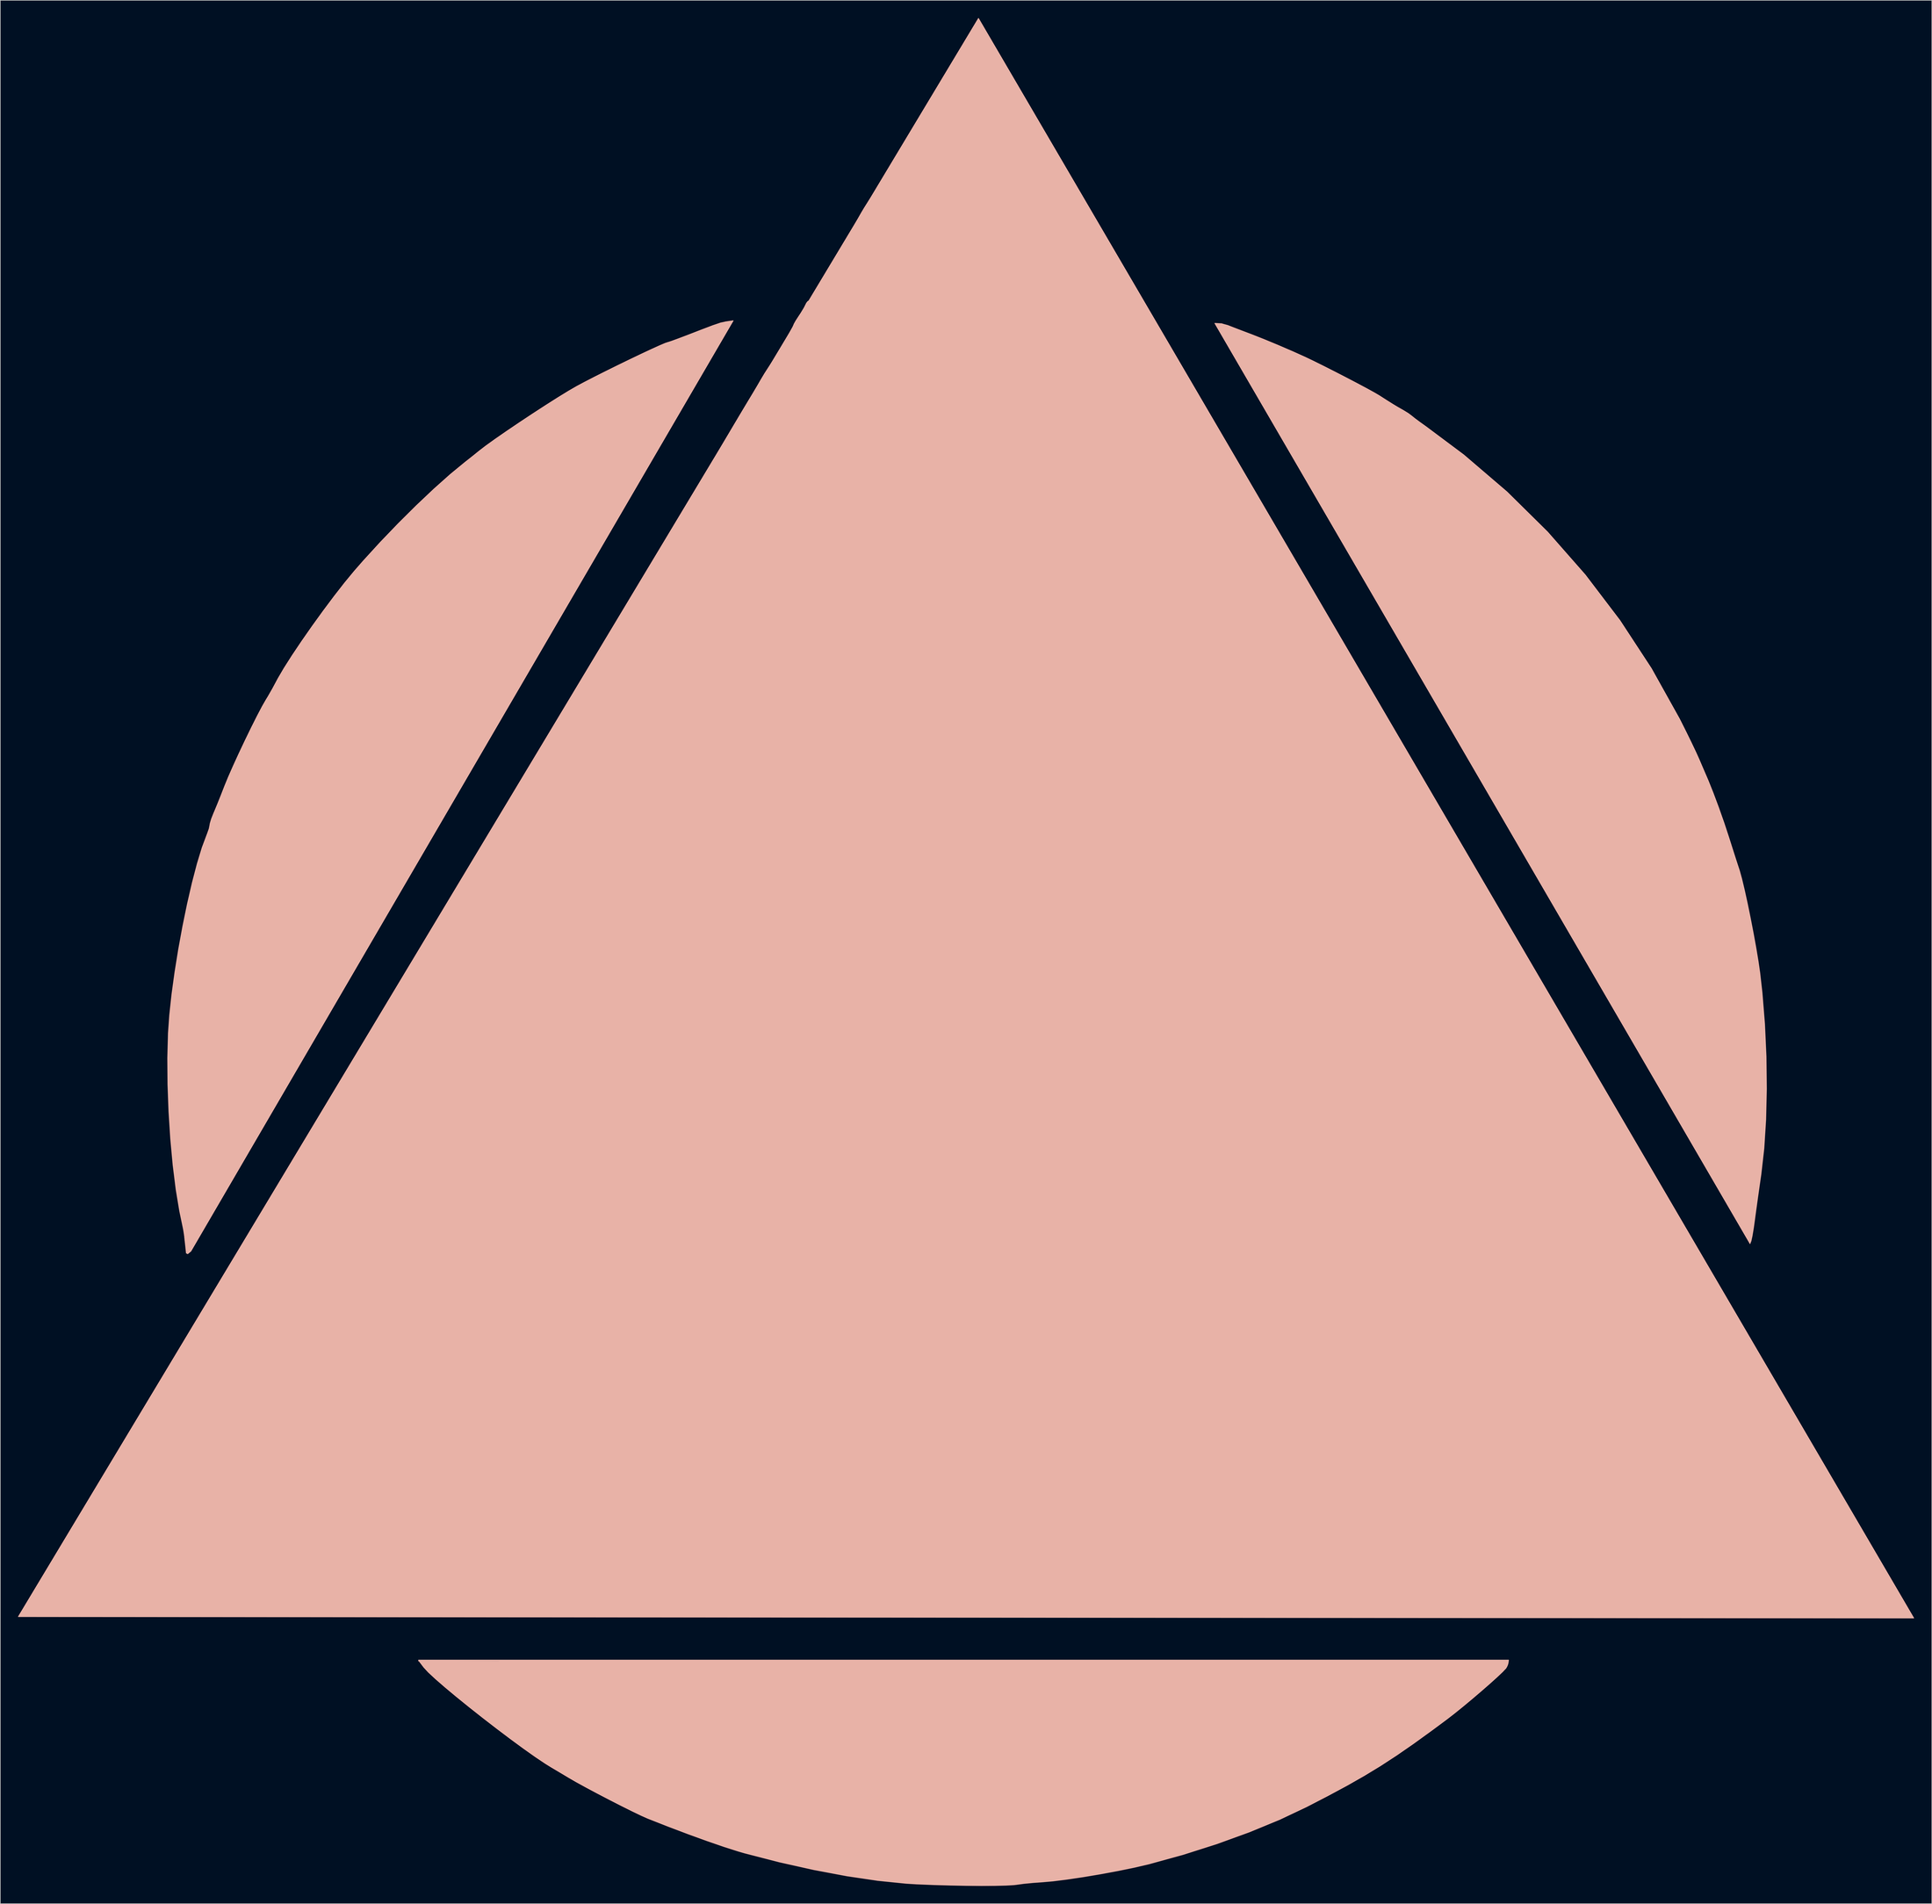
<source format=kicad_pcb>
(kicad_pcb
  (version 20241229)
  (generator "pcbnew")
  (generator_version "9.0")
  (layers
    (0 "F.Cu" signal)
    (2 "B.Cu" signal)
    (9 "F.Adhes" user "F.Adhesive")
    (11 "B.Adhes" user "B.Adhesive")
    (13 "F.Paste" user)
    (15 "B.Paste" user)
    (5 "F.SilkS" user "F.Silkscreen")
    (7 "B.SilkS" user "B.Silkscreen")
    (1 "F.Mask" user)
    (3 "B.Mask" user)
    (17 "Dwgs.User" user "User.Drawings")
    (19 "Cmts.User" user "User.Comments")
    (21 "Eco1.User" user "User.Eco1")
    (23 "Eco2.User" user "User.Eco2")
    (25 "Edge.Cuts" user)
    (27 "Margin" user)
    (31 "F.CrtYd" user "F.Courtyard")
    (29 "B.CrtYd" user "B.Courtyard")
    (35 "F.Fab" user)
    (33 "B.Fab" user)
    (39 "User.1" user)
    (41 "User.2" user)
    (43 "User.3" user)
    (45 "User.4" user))
  (footprint "Eye 1"
    (layer "F.Cu")
    (at 160.46 163.46)
    (property "Reference" "Eye 1" (at 0 0 0) (layer "B.SilkS") (effects (font (size 1.524 1.524) (thickness 0.3)) (justify mirror)))
    (attr board_only exclude_from_pos_files exclude_from_bom)
    (fp_rect (start 91.27 114.45) (end -79.06 115.58) (stroke (width 0.12) (type solid)) (fill yes) (layer "B.SilkS"))
    (fp_rect (start 91.36 114.9) (end 91.28 115.4) (stroke (width 0.12) (type solid)) (fill no) (layer "B.SilkS"))
    (fp_rect (start 91.47 115.03) (end 91.38 115.21) (stroke (width 0.12) (type solid)) (fill no) (layer "B.SilkS"))
    (fp_rect (start 91.55 114.71) (end 91.38 114.76) (stroke (width 0.12) (type solid)) (fill no) (layer "B.SilkS"))
    (fp_rect (start 91.55 114.88) (end 91.41 114.98) (stroke (width 0.12) (type solid)) (fill no) (layer "B.SilkS"))
    (fp_rect (start 91.59 114.68) (end 91.3 114.85) (stroke (width 0.12) (type solid)) (fill no) (layer "B.SilkS"))
    (fp_rect (start 91.63 114.5) (end 91.23 114.65) (stroke (width 0.12) (type solid)) (fill yes) (layer "B.SilkS"))
    (fp_rect (start 91.66 114.3) (end -92.698 114.455) (stroke (width 0.12) (type solid)) (fill yes) (layer "B.SilkS"))
    (fp_arc (start 91.658876 114.3) (mid 91.536018 115.058769) (end 91.18 115.74) (stroke (width 0.12) (type solid)) (layer "B.SilkS"))
    (fp_poly (pts (xy 2.01 -163.4) (xy -160.4 106.95) (xy 160.22 107.19)) (stroke (width 0.12) (type solid)) (fill yes) (layer "B.SilkS"))
    (fp_poly (pts (xy -86.078 -35.101) (xy -85.901 -34.925) (xy -85.725 -35.101) (xy -85.901 -35.278)) (stroke (width 0) (type solid)) (fill yes) (layer "B.SilkS"))
    (fp_poly (pts (xy -67.733 53.799) (xy -67.557 53.975) (xy -67.381 53.799) (xy -67.557 53.622)) (stroke (width 0) (type solid)) (fill yes) (layer "B.SilkS"))
    (fp_poly (pts (xy 132.83 42.64) (xy 132.53 43.86) (xy 42 -111.82) (xy 43.2 -111.75)) (stroke (width 0.12) (type solid)) (fill yes) (layer "B.SilkS"))
    (fp_poly (pts (xy -40.76 -112.07) (xy -39.49 -112.26) (xy -131.22 45.13) (xy -131.76 45.57) (xy -131.99 45.45) (xy -132.43 41.29) (xy -43.31 -111.22)) (stroke (width 0.12) (type solid)) (fill yes) (layer "B.SilkS"))
    (fp_poly (pts (xy -68.318 52.427) (xy -68.263 52.564) (xy -67.945 52.9) (xy -67.889 52.917) (xy -67.737 52.644) (xy -67.733 52.564) (xy -68.005 52.225) (xy -68.107 52.211)) (stroke (width 0) (type solid)) (fill yes) (layer "B.SilkS"))
    (fp_poly (pts (xy 135.421 68.063) (xy 134.992 68.681) (xy 134.47 69.835) (xy 134.421 69.962) (xy 132.187 75.291) (xy 129.503 80.887) (xy 126.466 86.577) (xy 123.176 92.185) (xy 119.73 97.538) (xy 116.228 102.46) (xy 115.54 103.364) (xy 114.803 104.338) (xy 114.216 105.147) (xy 113.99 105.481) (xy 113.984 105.591) (xy 114.143 105.685) (xy 114.518 105.764) (xy 115.16 105.83) (xy 116.117 105.883) (xy 117.439 105.924) (xy 119.178 105.956) (xy 121.381 105.98) (xy 124.099 105.996) (xy 127.383 106.006) (xy 131.281 106.011) (xy 134.972 106.012) (xy 138.852 106.008) (xy 142.49 105.994) (xy 145.828 105.971) (xy 148.807 105.941) (xy 151.368 105.904) (xy 153.455 105.861) (xy 155.008 105.813) (xy 155.969 105.761) (xy 156.281 105.707) (xy 156.115 105.207) (xy 155.688 104.304) (xy 155.106 103.199) (xy 154.478 102.092) (xy 153.909 101.182) (xy 153.734 100.935) (xy 153.276 100.162) (xy 153.106 99.589) (xy 152.906 98.996) (xy 152.413 98.164) (xy 152.266 97.96) (xy 151.765 97.215) (xy 151.022 96.018) (xy 150.138 94.536) (xy 149.228 92.957) (xy 148.314 91.346) (xy 147.459 89.841) (xy 146.761 88.614) (xy 146.32 87.842) (xy 143.989 83.77) (xy 141.996 80.27) (xy 140.321 77.307) (xy 138.944 74.843) (xy 137.846 72.842) (xy 137.006 71.27) (xy 136.405 70.088) (xy 136.024 69.262) (xy 135.842 68.754) (xy 135.819 68.607) (xy 135.712 68.023)) (stroke (width 0) (type solid)) (fill yes) (layer "B.SilkS"))
    (fp_poly (pts (xy -47.844 -14.05) (xy -49.541 -13.305) (xy -49.752 -13.205) (xy -52.437 -11.798) (xy -54.967 -10.196) (xy -57.404 -8.337) (xy -59.812 -6.157) (xy -62.255 -3.594) (xy -64.797 -0.586) (xy -67.501 2.932) (xy -70.432 7.021) (xy -70.732 7.453) (xy -71.775 8.914) (xy -72.9 10.425) (xy -73.884 11.687) (xy -73.995 11.824) (xy -74.907 12.976) (xy -75.363 13.682) (xy -75.386 14.015) (xy -74.999 14.05) (xy -74.653 13.976) (xy -73.768 14.004) (xy -73.398 14.263) (xy -72.805 14.633) (xy -71.833 14.944) (xy -71.505 15.008) (xy -70.372 15.26) (xy -68.926 15.664) (xy -67.733 16.049) (xy -66.137 16.527) (xy -64.279 16.975) (xy -62.794 17.258) (xy -61.341 17.515) (xy -60.025 17.795) (xy -59.121 18.041) (xy -59.09 18.052) (xy -57.941 18.368) (xy -56.974 18.529) (xy -56.182 18.622) (xy -54.897 18.795) (xy -53.321 19.019) (xy -52.211 19.184) (xy -51.009 19.342) (xy -49.312 19.534) (xy -47.257 19.748) (xy -44.978 19.971) (xy -42.612 20.191) (xy -40.295 20.396) (xy -38.161 20.573) (xy -36.346 20.71) (xy -34.987 20.795) (xy -34.308 20.816) (xy -33.898 20.591) (xy -33.867 20.461) (xy -34.15 20.142) (xy -34.36 20.108) (xy -35.117 19.907) (xy -36.264 19.367) (xy -37.634 18.585) (xy -39.063 17.659) (xy -40.383 16.685) (xy -40.804 16.339) (xy -42.95 14.161) (xy -44.967 11.462) (xy -46.744 8.427) (xy -48.169 5.241) (xy -48.902 2.999) (xy -49.156 1.679) (xy -49.348 -0.066) (xy -49.468 -2.018) (xy -49.509 -3.958) (xy -49.463 -5.668) (xy -49.319 -6.929) (xy -49.292 -7.056) (xy -48.947 -8.278) (xy -48.495 -9.627) (xy -48.054 -10.755) (xy -47.93 -11.02) (xy -47.67 -11.72) (xy -47.625 -12.004) (xy -47.404 -12.511) (xy -46.919 -13.134) (xy -46.272 -13.948) (xy -46.21 -14.371) (xy -46.734 -14.405)) (stroke (width 0) (type solid)) (fill yes) (layer "B.SilkS"))
    (fp_poly (pts (xy 1.667 -161.978) (xy 1.072 -161.202) (xy 0.282 -160.061) (xy -0.625 -158.678) (xy -1.568 -157.174) (xy -2.467 -155.671) (xy -3.242 -154.293) (xy -3.306 -154.173) (xy -3.885 -153.154) (xy -4.644 -151.901) (xy -5.109 -151.165) (xy -5.568 -150.435) (xy -6.319 -149.22) (xy -7.288 -147.638) (xy -8.404 -145.809) (xy -9.594 -143.852) (xy -10.785 -141.885) (xy -11.907 -140.028) (xy -12.885 -138.401) (xy -13.649 -137.121) (xy -13.946 -136.617) (xy -14.321 -136.018) (xy -14.955 -135.046) (xy -15.71 -133.913) (xy -16.543 -132.644) (xy -17.325 -131.405) (xy -17.829 -130.562) (xy -18.472 -129.426) (xy -19.194 -128.147) (xy -19.391 -127.798) (xy -19.914 -126.702) (xy -19.954 -126.11) (xy -19.506 -126.008) (xy -18.859 -126.237) (xy -17.784 -126.558) (xy -16.976 -126.647) (xy -16.189 -126.711) (xy -15.795 -126.845) (xy -15.328 -126.971) (xy -14.253 -127.088) (xy -12.667 -127.194) (xy -10.667 -127.286) (xy -8.351 -127.365) (xy -5.815 -127.427) (xy -3.157 -127.471) (xy -0.475 -127.495) (xy 2.135 -127.499) (xy 4.575 -127.479) (xy 6.748 -127.434) (xy 8.558 -127.363) (xy 9.598 -127.293) (xy 11.494 -127.136) (xy 13.405 -126.989) (xy 15.06 -126.873) (xy 15.875 -126.823) (xy 18.043 -126.656) (xy 19.893 -126.417) (xy 21.284 -126.128) (xy 21.939 -125.893) (xy 22.55 -125.786) (xy 22.747 -125.93) (xy 22.732 -126.486) (xy 22.361 -127.432) (xy 21.713 -128.601) (xy 21.002 -129.646) (xy 20.348 -130.625) (xy 19.406 -132.184) (xy 18.203 -134.274) (xy 16.769 -136.845) (xy 15.69 -138.818) (xy 14.826 -140.364) (xy 13.876 -141.999) (xy 13.083 -143.308) (xy 12.172 -144.764) (xy 11.157 -146.388) (xy 10.517 -147.411) (xy 9.681 -148.797) (xy 8.722 -150.457) (xy 7.843 -152.041) (xy 7.815 -152.093) (xy 6.927 -153.717) (xy 5.892 -155.574) (xy 4.92 -157.289) (xy 4.83 -157.444) (xy 4.059 -158.817) (xy 3.381 -160.081) (xy 2.91 -161.023) (xy 2.815 -161.236) (xy 2.405 -161.954) (xy 2.002 -162.266) (xy 1.986 -162.266)) (stroke (width 0) (type solid)) (fill yes) (layer "B.SilkS"))
    (fp_poly (pts (xy -134.807 68.909) (xy -134.882 69.036) (xy -135.261 69.642) (xy -135.437 69.85) (xy -135.828 70.344) (xy -136.451 71.37) (xy -137.336 72.978) (xy -137.549 73.378) (xy -138.22 74.549) (xy -138.882 75.559) (xy -139.272 76.05) (xy -139.848 76.818) (xy -140.484 77.893) (xy -140.712 78.343) (xy -141.327 79.539) (xy -141.971 80.66) (xy -142.163 80.963) (xy -142.708 81.827) (xy -143.088 82.509) (xy -143.107 82.55) (xy -143.418 83.129) (xy -143.991 84.117) (xy -144.712 85.323) (xy -145.471 86.559) (xy -145.959 87.333) (xy -146.389 88.042) (xy -146.983 89.064) (xy -147.291 89.606) (xy -147.969 90.78) (xy -148.636 91.89) (xy -148.862 92.251) (xy -149.315 92.974) (xy -149.764 93.729) (xy -150.299 94.676) (xy -151.011 95.974) (xy -151.67 97.19) (xy -152.417 98.546) (xy -153.177 99.887) (xy -153.663 100.718) (xy -154.645 102.467) (xy -155.33 103.935) (xy -155.629 104.867) (xy -155.623 105) (xy -155.514 105.113) (xy -155.247 105.21) (xy -154.77 105.291) (xy -154.029 105.359) (xy -152.969 105.417) (xy -151.539 105.466) (xy -149.684 105.508) (xy -147.351 105.547) (xy -144.486 105.583) (xy -141.036 105.619) (xy -136.947 105.658) (xy -135.819 105.668) (xy -132.093 105.705) (xy -128.547 105.745) (xy -125.249 105.787) (xy -122.268 105.831) (xy -119.673 105.875) (xy -117.533 105.919) (xy -115.914 105.96) (xy -114.888 105.998) (xy -114.565 106.021) (xy -113.719 106.061) (xy -113.266 105.943) (xy -113.242 105.888) (xy -113.44 105.484) (xy -113.971 104.669) (xy -114.733 103.594) (xy -115.062 103.15) (xy -115.982 101.902) (xy -116.998 100.492) (xy -118.029 99.037) (xy -118.991 97.658) (xy -119.803 96.471) (xy -120.381 95.596) (xy -120.643 95.151) (xy -120.65 95.125) (xy -120.83 94.792) (xy -121.31 94.011) (xy -122.004 92.925) (xy -122.353 92.388) (xy -124.065 89.616) (xy -125.936 86.316) (xy -127.895 82.626) (xy -129.872 78.687) (xy -131.793 74.636) (xy -133.589 70.613) (xy -133.887 69.918) (xy -134.297 69.035) (xy -134.57 68.728)) (stroke (width 0) (type solid)) (fill yes) (layer "B.SilkS"))
    (fp_poly (pts (xy -4.203 -15.717) (xy -4.189 -15.347) (xy -3.908 -14.517) (xy -3.418 -13.395) (xy -3.323 -13.196) (xy -2.257 -10.682) (xy -1.553 -8.189) (xy -1.162 -5.485) (xy -1.036 -2.384) (xy -1.078 -0.072) (xy -1.245 1.8) (xy -1.566 3.491) (xy -1.759 4.233) (xy -2.275 5.848) (xy -2.93 7.577) (xy -3.634 9.204) (xy -4.295 10.514) (xy -4.671 11.113) (xy -6.189 13.089) (xy -7.472 14.591) (xy -8.641 15.752) (xy -9.618 16.556) (xy -10.707 17.403) (xy -11.663 18.187) (xy -12.185 18.652) (xy -13.091 19.281) (xy -13.86 19.592) (xy -14.555 19.865) (xy -14.817 20.147) (xy -14.688 20.404) (xy -14.203 20.353) (xy -13.425 20.072) (xy -12.529 19.825) (xy -11.34 19.629) (xy -10.955 19.589) (xy -9.557 19.43) (xy -7.824 19.177) (xy -5.973 18.868) (xy -4.221 18.542) (xy -2.788 18.236) (xy -2.048 18.041) (xy -1.137 17.795) (xy 0.202 17.479) (xy 1.703 17.155) (xy 1.94 17.107) (xy 3.342 16.799) (xy 4.525 16.496) (xy 5.277 16.252) (xy 5.368 16.21) (xy 6.107 15.91) (xy 7.135 15.596) (xy 7.308 15.551) (xy 8.259 15.275) (xy 9.621 14.828) (xy 11.149 14.295) (xy 11.642 14.115) (xy 13.095 13.585) (xy 14.39 13.121) (xy 15.315 12.798) (xy 15.526 12.728) (xy 16.917 12.187) (xy 18.694 11.352) (xy 20.725 10.301) (xy 21.809 9.701) (xy -3.175 9.701) (xy -3.351 9.878) (xy -3.528 9.701) (xy -3.351 9.525) (xy -3.175 9.701) (xy 21.809 9.701) (xy 22.88 9.109) (xy 25.027 7.852) (xy 27.035 6.609) (xy 28.772 5.453) (xy 30.108 4.463) (xy 30.796 3.845) (xy 31.594 3.123) (xy 32.295 2.603) (xy 32.921 2.057) (xy 33.161 1.598) (xy 32.9 1.159) (xy 32.195 0.394) (xy 31.164 -0.598) (xy 29.924 -1.714) (xy 28.593 -2.855) (xy 27.289 -3.919) (xy 26.129 -4.806) (xy 25.231 -5.414) (xy 24.712 -5.644) (xy 24.708 -5.644) (xy 24.355 -5.912) (xy 24.342 -6.008) (xy 24.056 -6.424) (xy 23.724 -6.609) (xy 23.068 -6.944) (xy 22.127 -7.514) (xy 21.696 -7.798) (xy 19.76 -8.932) (xy 17.287 -10.121) (xy 14.435 -11.306) (xy 11.363 -12.429) (xy 8.231 -13.431) (xy 5.198 -14.254) (xy 2.469 -14.832) (xy -0.154 -15.275) (xy -2.109 -15.574) (xy -3.419 -15.729) (xy -4.105 -15.745)) (stroke (width 0) (type solid)) (fill yes) (layer "B.SilkS"))
    (fp_poly (pts (xy -91.847 115.571) (xy -91.116 116.365) (xy -89.897 117.5) (xy -88.277 118.908) (xy -86.343 120.522) (xy -84.181 122.272) (xy -81.878 124.091) (xy -79.521 125.911) (xy -77.197 127.664) (xy -74.993 129.282) (xy -72.995 130.697) (xy -71.29 131.84) (xy -70.379 132.406) (xy -69.143 133.14) (xy -68.087 133.769) (xy -67.404 134.178) (xy -67.321 134.228) (xy -66.085 134.943) (xy -64.429 135.853) (xy -62.501 136.881) (xy -60.45 137.951) (xy -58.422 138.986) (xy -56.565 139.911) (xy -55.026 140.65) (xy -53.953 141.126) (xy -53.93 141.135) (xy -50.479 142.491) (xy -47.104 143.768) (xy -43.93 144.919) (xy -41.083 145.9) (xy -38.686 146.668) (xy -37.571 146.992) (xy -31.656 148.518) (xy -25.847 149.816) (xy -20.263 150.865) (xy -15.021 151.643) (xy -10.241 152.129) (xy -8.467 152.238) (xy -5.69 152.353) (xy -2.863 152.436) (xy -0.1 152.489) (xy 2.483 152.509) (xy 4.774 152.497) (xy 6.657 152.452) (xy 8.017 152.373) (xy 8.532 152.31) (xy 9.674 152.155) (xy 11.188 152.006) (xy 12.7 151.898) (xy 14.608 151.732) (xy 17.028 151.428) (xy 19.788 151.016) (xy 22.714 150.525) (xy 25.632 149.983) (xy 28.371 149.422) (xy 30.755 148.868) (xy 30.868 148.84) (xy 36.644 147.247) (xy 42.365 145.423) (xy 47.868 143.425) (xy 52.989 141.313) (xy 57.503 139.179) (xy 61.196 137.268) (xy 64.419 135.534) (xy 67.32 133.882) (xy 70.053 132.22) (xy 72.765 130.452) (xy 75.61 128.486) (xy 78.736 126.226) (xy 81.222 124.382) (xy 82.486 123.406) (xy 83.949 122.226) (xy 85.509 120.928) (xy 87.066 119.602) (xy 88.518 118.333) (xy 89.765 117.211) (xy 90.705 116.322) (xy 91.237 115.755) (xy 91.312 115.639) (xy 90.999 115.576) (xy 90.056 115.518) (xy 88.558 115.467) (xy 86.581 115.425) (xy 84.199 115.394) (xy 81.49 115.374) (xy 78.526 115.368) (xy 77.906 115.369) (xy 75.901 115.369) (xy 73.331 115.365) (xy 70.24 115.357) (xy 66.671 115.345) (xy 62.669 115.33) (xy 58.277 115.311) (xy 53.539 115.29) (xy 48.499 115.266) (xy 43.201 115.24) (xy 37.688 115.212) (xy 32.005 115.181) (xy 26.195 115.149) (xy 20.302 115.116) (xy 14.37 115.082) (xy 8.443 115.047) (xy 2.564 115.011) (xy -3.223 114.975) (xy -8.873 114.94) (xy -14.343 114.904) (xy -19.589 114.869) (xy -24.568 114.834) (xy -29.235 114.801) (xy -33.547 114.769) (xy -37.459 114.738) (xy -40.929 114.71) (xy -43.911 114.683) (xy -46.363 114.659) (xy -48.241 114.637) (xy -49.5 114.618) (xy -50.094 114.603) (xy -50.685 114.622) (xy -51.762 114.699) (xy -53.112 114.818) (xy -53.358 114.842) (xy -54.943 114.952) (xy -55.849 114.905) (xy -56.092 114.741) (xy -56.42 114.538) (xy -57.334 114.488) (xy -57.944 114.523) (xy -58.985 114.573) (xy -60.54 114.607) (xy -62.417 114.622) (xy -64.425 114.615) (xy -64.911 114.61) (xy -66.591 114.593) (xy -68.835 114.574) (xy -71.502 114.555) (xy -74.448 114.537) (xy -77.534 114.52) (xy -80.616 114.505) (xy -81.362 114.502) (xy -92.698 114.455)) (stroke (width 0) (type solid)) (fill yes) (layer "B.SilkS"))
    (fp_poly (pts (xy -103.831 19.404) (xy -105.225 19.446) (xy -106.089 19.52) (xy -106.308 19.582) (xy -106.731 20.082) (xy -107.301 20.988) (xy -107.692 21.711) (xy -108.222 22.708) (xy -109.009 24.125) (xy -109.947 25.776) (xy -110.932 27.475) (xy -110.964 27.529) (xy -111.944 29.204) (xy -112.881 30.814) (xy -113.672 32.182) (xy -114.213 33.128) (xy -114.231 33.161) (xy -114.748 34.069) (xy -115.521 35.415) (xy -116.452 37.028) (xy -117.441 38.735) (xy -117.584 38.982) (xy -118.544 40.641) (xy -119.43 42.183) (xy -120.154 43.455) (xy -120.628 44.302) (xy -120.683 44.404) (xy -121.241 45.353) (xy -121.762 46.105) (xy -121.815 46.168) (xy -122.331 46.936) (xy -122.519 47.344) (xy -122.764 47.851) (xy -123.295 48.844) (xy -124.045 50.199) (xy -124.946 51.794) (xy -125.395 52.58) (xy -126.324 54.223) (xy -127.112 55.668) (xy -127.697 56.795) (xy -128.017 57.49) (xy -128.058 57.635) (xy -127.935 58.175) (xy -127.599 59.231) (xy -127.101 60.666) (xy -126.494 62.341) (xy -125.829 64.12) (xy -125.156 65.864) (xy -124.527 67.435) (xy -123.995 68.696) (xy -123.681 69.372) (xy -123.185 70.393) (xy -122.853 71.147) (xy -122.767 71.416) (xy -122.614 71.838) (xy -122.195 72.773) (xy -121.565 74.109) (xy -120.779 75.732) (xy -119.895 77.528) (xy -118.967 79.384) (xy -118.053 81.187) (xy -117.208 82.823) (xy -116.488 84.179) (xy -116.22 84.667) (xy -114.772 87.174) (xy -113.181 89.772) (xy -111.496 92.393) (xy -109.766 94.973) (xy -108.038 97.445) (xy -106.362 99.744) (xy -104.786 101.805) (xy -103.358 103.56) (xy -102.127 104.945) (xy -101.141 105.894) (xy -100.449 106.342) (xy -100.22 106.353) (xy -99.764 106.311) (xy -98.677 106.274) (xy -97.032 106.243) (xy -94.905 106.216) (xy -92.37 106.195) (xy -89.501 106.178) (xy -86.372 106.167) (xy -83.057 106.161) (xy -79.632 106.159) (xy -76.169 106.162) (xy -72.744 106.17) (xy -69.431 106.182) (xy -66.304 106.199) (xy -63.437 106.221) (xy -60.904 106.247) (xy -58.781 106.277) (xy -57.141 106.312) (xy -56.058 106.351) (xy -55.609 106.394) (xy -55.017 106.324) (xy -54.815 106.028) (xy -54.756 105.386) (xy -54.805 104.077) (xy -54.961 102.129) (xy -55.22 99.571) (xy -55.58 96.431) (xy -55.789 94.721) (xy -55.985 93.355) (xy -56.271 91.626) (xy -56.621 89.672) (xy -57.008 87.626) (xy -57.405 85.624) (xy -57.785 83.802) (xy -58.123 82.295) (xy -58.39 81.239) (xy -58.537 80.806) (xy -58.762 80.128) (xy -58.99 79.088) (xy -59.056 78.695) (xy -59.414 77.028) (xy -60.035 74.856) (xy -60.874 72.306) (xy -61.882 69.506) (xy -63.013 66.583) (xy -64.219 63.664) (xy -65.453 60.879) (xy -66.339 59.012) (xy -67.299 57.033) (xy -68.141 55.248) (xy -68.819 53.761) (xy -69.285 52.676) (xy -69.491 52.098) (xy -69.497 52.053) (xy -69.165 51.394) (xy -68.254 50.828) (xy -66.886 50.423) (xy -66.267 50.324) (xy -64.062 49.734) (xy -62.224 48.547) (xy -61.305 47.577) (xy -60.781 46.825) (xy -60.414 45.975) (xy -60.14 44.83) (xy -59.896 43.188) (xy -59.885 43.097) (xy -59.687 40.482) (xy -59.838 38.155) (xy -60.381 35.875) (xy -61.358 33.404) (xy -61.762 32.548) (xy -62.588 30.968) (xy -63.395 29.766) (xy -64.385 28.681) (xy -65.72 27.492) (xy -67.596 26.091) (xy -69.83 24.71) (xy -72.198 23.469) (xy -74.473 22.488) (xy -76.2 21.938) (xy -78.68 21.342) (xy -80.649 20.894) (xy -82.277 20.558) (xy -83.735 20.3) (xy -85.194 20.085) (xy -85.221 20.082) (xy -86.53 19.944) (xy -88.281 19.815) (xy -90.366 19.699) (xy -92.677 19.598) (xy -95.105 19.514) (xy -97.542 19.45) (xy -99.881 19.409) (xy -102.014 19.392)) (stroke (width 0) (type solid)) (fill yes) (layer "B.SilkS"))
    (fp_poly (pts (xy -42.423 34.202) (xy -42.475 35.138) (xy -42.522 36.569) (xy -42.561 38.392) (xy -42.589 40.5) (xy -42.593 41.01) (xy -42.653 44.93) (xy -42.767 48.168) (xy -42.937 50.746) (xy -43.165 52.684) (xy -43.454 54.006) (xy -43.805 54.733) (xy -43.946 54.852) (xy -45.587 56.145) (xy -47.073 57.993) (xy -48.322 60.246) (xy -49.251 62.759) (xy -49.753 65.178) (xy -49.861 66.763) (xy -49.869 68.85) (xy -49.788 71.245) (xy -49.628 73.755) (xy -49.398 76.184) (xy -49.109 78.34) (xy -49.057 78.652) (xy -48.482 82.47) (xy -48.006 86.606) (xy -47.645 90.84) (xy -47.418 94.95) (xy -47.34 98.713) (xy -47.365 100.453) (xy -47.424 102.664) (xy -47.448 104.267) (xy -47.432 105.357) (xy -47.368 106.033) (xy -47.249 106.39) (xy -47.069 106.524) (xy -46.936 106.539) (xy -46.323 106.453) (xy -46.164 106.371) (xy -45.8 106.355) (xy -44.764 106.338) (xy -43.087 106.322) (xy -40.804 106.306) (xy -37.946 106.29) (xy -34.547 106.275) (xy -30.64 106.26) (xy -26.257 106.246) (xy -21.431 106.232) (xy -16.195 106.22) (xy -10.582 106.208) (xy -4.625 106.197) (xy 1.644 106.187) (xy 8.191 106.179) (xy 14.984 106.172) (xy 21.99 106.166) (xy 27.402 106.162) (xy 100.8 106.12) (xy 103.934 102.402) (xy 105.358 100.701) (xy 106.499 99.301) (xy 107.497 98.018) (xy 108.492 96.668) (xy 109.624 95.066) (xy 110.742 93.452) (xy 111.663 92.138) (xy 112.589 90.856) (xy 113.322 89.879) (xy 113.329 89.87) (xy 113.913 89.037) (xy 114.02 88.625) (xy 113.826 88.547) (xy 113.137 88.781) (xy 112.804 89.036) (xy 112.045 89.603) (xy 110.963 90.207) (xy 109.828 90.715) (xy 108.913 90.996) (xy 108.707 91.017) (xy 108.051 91.241) (xy 107.836 91.511) (xy 107.405 91.872) (xy 106.521 92.235) (xy 105.946 92.39) (xy 104.728 92.683) (xy 103.168 93.08) (xy 101.604 93.496) (xy 101.6 93.497) (xy 100.421 93.804) (xy 99.269 94.066) (xy 97.985 94.31) (xy 96.41 94.567) (xy 94.386 94.863) (xy 92.957 95.064) (xy 91.601 95.186) (xy 89.804 95.253) (xy 87.676 95.269) (xy 85.326 95.239) (xy 82.865 95.168) (xy 80.402 95.062) (xy 78.046 94.925) (xy 75.909 94.763) (xy 74.099 94.58) (xy 72.726 94.382) (xy 71.9 94.174) (xy 71.737 94.08) (xy 71.291 94.044) (xy 70.916 94.187) (xy 70.081 94.267) (xy 69.64 94.043) (xy 68.878 93.698) (xy 67.779 93.4) (xy 67.381 93.327) (xy 65.675 93.006) (xy 63.574 92.53) (xy 61.269 91.95) (xy 58.95 91.317) (xy 56.811 90.683) (xy 55.043 90.1) (xy 54.151 89.76) (xy 53.126 89.386) (xy 51.867 88.999) (xy 51.506 88.9) (xy 50.495 88.612) (xy 49.478 88.263) (xy 48.253 87.775) (xy 46.616 87.071) (xy 46.39 86.972) (xy 45.632 86.65) (xy 44.404 86.142) (xy 42.89 85.524) (xy 41.628 85.013) (xy 38.211 83.609) (xy 35.411 82.404) (xy 33.246 81.406) (xy 32.033 80.789) (xy 31.127 80.345) (xy 30.454 80.098) (xy 30.334 80.081) (xy 29.818 79.883) (xy 29.032 79.393) (xy 28.816 79.236) (xy 28.036 78.725) (xy 26.811 78.006) (xy 25.326 77.186) (xy 24.165 76.575) (xy 22.488 75.691) (xy 20.813 74.774) (xy 19.379 73.957) (xy 18.697 73.548) (xy 17.401 72.767) (xy 16.097 72.026) (xy 15.346 71.628) (xy 14.354 71.111) (xy 13.571 70.675) (xy 13.406 70.574) (xy 12.39 69.939) (xy 11.16 69.205) (xy 9.87 68.46) (xy 8.677 67.792) (xy 7.735 67.289) (xy 7.2 67.04) (xy 7.147 67.028) (xy 6.683 66.809) (xy 6.119 66.36) (xy 5.307 65.72) (xy 4.309 65.075) (xy 4.242 65.037) (xy 2.989 64.322) (xy 2.181 63.839) (xy 1.646 63.478) (xy 1.212 63.129) (xy 1.149 63.074) (xy 0.506 62.588) (xy 0.164 62.4) (xy -0.246 62.161) (xy -1.122 61.599) (xy -2.348 60.789) (xy -3.809 59.806) (xy -4.344 59.443) (xy -5.886 58.397) (xy -7.258 57.474) (xy -8.335 56.757) (xy -8.993 56.329) (xy -9.093 56.268) (xy -9.755 55.838) (xy -10.662 55.2) (xy -10.935 55) (xy -12.023 54.248) (xy -13.3 53.438) (xy -13.764 53.162) (xy -14.838 52.495) (xy -15.754 51.848) (xy -16.057 51.597) (xy -16.801 51.014) (xy -17.818 50.331) (xy -18.168 50.117) (xy -20.803 48.493) (xy -23.393 46.756) (xy -26.187 44.741) (xy -26.921 44.193) (xy -28.336 43.155) (xy -29.617 42.258) (xy -30.623 41.601) (xy -31.203 41.282) (xy -31.989 40.853) (xy -32.94 40.166) (xy -33.21 39.941) (xy -34.031 39.315) (xy -35.265 38.476) (xy -36.714 37.555) (xy -37.571 37.038) (xy -38.982 36.184) (xy -40.228 35.393) (xy -41.141 34.773) (xy -41.474 34.515) (xy -42.062 34.04) (xy -42.37 33.867)) (stroke (width 0) (type solid)) (fill yes) (layer "B.SilkS"))
    (fp_poly (pts (xy -8.82 -118.365) (xy -14.706 -117.807) (xy -20.864 -116.94) (xy -22.348 -116.695) (xy -24.247 -116.359) (xy -25.562 -116.083) (xy -26.405 -115.833) (xy -26.892 -115.572) (xy -27.136 -115.266) (xy -27.163 -115.202) (xy -27.536 -114.464) (xy -28.132 -113.485) (xy -28.363 -113.138) (xy -28.911 -112.298) (xy -29.239 -111.716) (xy -29.281 -111.594) (xy -29.451 -111.224) (xy -29.907 -110.399) (xy -30.56 -109.265) (xy -31.326 -107.966) (xy -32.118 -106.65) (xy -32.85 -105.46) (xy -33.437 -104.542) (xy -33.559 -104.36) (xy -34.193 -103.375) (xy -34.843 -102.288) (xy -34.869 -102.243) (xy -35.441 -101.256) (xy -36.175 -100.02) (xy -36.605 -99.307) (xy -37.512 -97.801) (xy -38.607 -95.966) (xy -39.79 -93.972) (xy -40.962 -91.986) (xy -42.023 -90.176) (xy -42.874 -88.711) (xy -43.215 -88.116) (xy -43.978 -86.802) (xy -44.771 -85.481) (xy -45.166 -84.843) (xy -45.799 -83.829) (xy -46.33 -82.956) (xy -46.465 -82.726) (xy -47.529 -80.895) (xy -48.568 -79.128) (xy -49.504 -77.559) (xy -50.256 -76.321) (xy -50.745 -75.547) (xy -50.78 -75.494) (xy -51.196 -74.834) (xy -51.86 -73.725) (xy -52.674 -72.331) (xy -53.389 -71.085) (xy -54.254 -69.584) (xy -55.05 -68.235) (xy -55.681 -67.2) (xy -56.006 -66.7) (xy -56.399 -66.107) (xy -56.321 -65.956) (xy -55.736 -66.107) (xy -53.963 -66.556) (xy -51.577 -67.019) (xy -48.55 -67.5) (xy -44.858 -68.005) (xy -42.719 -68.271) (xy -38.542 -68.674) (xy -33.929 -68.937) (xy -29.02 -69.065) (xy -23.951 -69.06) (xy -18.861 -68.928) (xy -13.887 -68.672) (xy -9.169 -68.295) (xy -4.844 -67.803) (xy -1.05 -67.199) (xy -0.353 -67.062) (xy 0.92 -66.804) (xy 2.454 -66.496) (xy 3.351 -66.316) (xy 4.652 -66.038) (xy 5.793 -65.761) (xy 6.35 -65.601) (xy 7.332 -65.328) (xy 8.461 -65.082) (xy 8.467 -65.081) (xy 8.96 -64.987) (xy 9.426 -64.887) (xy 9.971 -64.75) (xy 10.7 -64.546) (xy 11.718 -64.243) (xy 13.132 -63.812) (xy 15.047 -63.223) (xy 16.58 -62.75) (xy 18.342 -62.197) (xy 19.888 -61.695) (xy 21.08 -61.291) (xy 21.778 -61.03) (xy 21.872 -60.986) (xy 22.421 -60.754) (xy 23.469 -60.369) (xy 24.839 -59.895) (xy 25.747 -59.592) (xy 27.338 -59.046) (xy 28.814 -58.501) (xy 29.954 -58.039) (xy 30.333 -57.863) (xy 31.253 -57.434) (xy 32.579 -56.859) (xy 34.058 -56.248) (xy 34.396 -56.113) (xy 35.78 -55.543) (xy 36.979 -55.014) (xy 37.786 -54.619) (xy 37.924 -54.539) (xy 38.799 -54.118) (xy 39.688 -53.832) (xy 40.451 -53.574) (xy 41.657 -53.085) (xy 43.113 -52.444) (xy 44.097 -51.987) (xy 45.619 -51.268) (xy 47.011 -50.613) (xy 48.082 -50.114) (xy 48.507 -49.919) (xy 49.143 -49.622) (xy 50.298 -49.072) (xy 51.858 -48.323) (xy 53.708 -47.433) (xy 55.732 -46.455) (xy 56.092 -46.281) (xy 58.191 -45.277) (xy 60.192 -44.343) (xy 61.966 -43.538) (xy 63.383 -42.92) (xy 64.311 -42.549) (xy 64.382 -42.525) (xy 65.637 -42.085) (xy 66.796 -41.653) (xy 67.204 -41.49) (xy 68.119 -41.134) (xy 69.384 -40.67) (xy 70.379 -40.32) (xy 71.596 -39.894) (xy 72.609 -39.529) (xy 73.113 -39.337) (xy 73.605 -39.258) (xy 73.703 -39.385) (xy 73.51 -39.832) (xy 73.045 -40.651) (xy 72.658 -41.275) (xy 71.918 -42.472) (xy 71.225 -43.664) (xy 70.988 -44.097) (xy 70.329 -45.326) (xy 69.682 -46.481) (xy 68.912 -47.797) (xy 68.064 -49.212) (xy 67.092 -50.837) (xy 65.775 -53.058) (xy 64.109 -55.879) (xy 62.091 -59.307) (xy 62.011 -59.443) (xy 61.515 -60.322) (xy 60.853 -61.539) (xy 60.28 -62.618) (xy 59.483 -64.076) (xy 58.596 -65.602) (xy 58.039 -66.508) (xy 57.389 -67.579) (xy 56.538 -69.051) (xy 55.617 -70.701) (xy 55.019 -71.799) (xy 54.242 -73.213) (xy 53.567 -74.378) (xy 53.073 -75.163) (xy 52.848 -75.436) (xy 52.565 -75.837) (xy 52.564 -75.87) (xy 52.386 -76.311) (xy 51.922 -77.151) (xy 51.329 -78.116) (xy 50.693 -79.152) (xy 50.248 -79.957) (xy 50.094 -80.336) (xy 49.914 -80.766) (xy 49.446 -81.582) (xy 48.939 -82.382) (xy 48.133 -83.691) (xy 47.363 -85.077) (xy 47.035 -85.733) (xy 46.48 -86.788) (xy 45.675 -88.166) (xy 44.771 -89.612) (xy 44.535 -89.972) (xy 43.634 -91.363) (xy 42.789 -92.718) (xy 42.149 -93.798) (xy 42.026 -94.021) (xy 41.486 -95.003) (xy 41.04 -95.783) (xy 40.935 -95.956) (xy 40.635 -96.472) (xy 40.083 -97.454) (xy 39.365 -98.748) (xy 38.767 -99.836) (xy 37.839 -101.521) (xy 36.873 -103.262) (xy 36.019 -104.792) (xy 35.663 -105.422) (xy 34.954 -106.682) (xy 34.32 -107.825) (xy 33.901 -108.597) (xy 33.316 -109.544) (xy 32.592 -110.518) (xy 32.578 -110.535) (xy 32.032 -111.273) (xy 31.757 -111.8) (xy 31.75 -111.852) (xy 31.578 -112.309) (xy 31.133 -113.148) (xy 30.707 -113.868) (xy 29.664 -115.563) (xy 25.856 -116.345) (xy 23.648 -116.781) (xy 21.626 -117.136) (xy 19.637 -117.429) (xy 17.529 -117.677) (xy 15.151 -117.898) (xy 12.348 -118.112) (xy 9.525 -118.301) (xy 3.064 -118.6) (xy -2.974 -118.626)) (stroke (width 0) (type solid)) (fill yes) (layer "B.SilkS"))
    (fp_poly (pts (xy 42.783 -111.593) (xy 42.886 -110.966) (xy 43.149 -110.493) (xy 43.58 -109.796) (xy 44.265 -108.664) (xy 45.098 -107.272) (xy 45.743 -106.186) (xy 46.622 -104.714) (xy 47.435 -103.377) (xy 48.075 -102.348) (xy 48.373 -101.89) (xy 49.333 -100.365) (xy 50.538 -98.244) (xy 51.39 -96.661) (xy 52.018 -95.536) (xy 52.848 -94.129) (xy 53.677 -92.781) (xy 54.755 -91.066) (xy 55.538 -89.808) (xy 56.106 -88.869) (xy 56.542 -88.11) (xy 56.929 -87.394) (xy 57.248 -86.778) (xy 57.9 -85.587) (xy 58.578 -84.47) (xy 58.804 -84.132) (xy 59.129 -83.645) (xy 59.591 -82.909) (xy 60.224 -81.864) (xy 61.064 -80.451) (xy 62.146 -78.611) (xy 63.505 -76.284) (xy 65.177 -73.413) (xy 65.402 -73.025) (xy 66.062 -71.862) (xy 66.661 -70.759) (xy 66.858 -70.379) (xy 67.313 -69.555) (xy 68.009 -68.384) (xy 68.799 -67.11) (xy 68.851 -67.028) (xy 69.814 -65.478) (xy 70.85 -63.751) (xy 71.609 -62.442) (xy 72.283 -61.26) (xy 73.201 -59.665) (xy 74.249 -57.853) (xy 75.315 -56.019) (xy 75.479 -55.739) (xy 76.448 -54.067) (xy 77.331 -52.527) (xy 78.044 -51.264) (xy 78.507 -50.422) (xy 78.585 -50.271) (xy 79.075 -49.388) (xy 79.779 -48.221) (xy 80.324 -47.361) (xy 81.197 -45.961) (xy 82.098 -44.43) (xy 82.529 -43.656) (xy 83.721 -41.46) (xy 84.626 -39.82) (xy 85.285 -38.667) (xy 85.737 -37.933) (xy 86.024 -37.549) (xy 86.144 -37.453) (xy 86.429 -37.052) (xy 86.431 -37.018) (xy 86.604 -36.584) (xy 87.061 -35.724) (xy 87.711 -34.611) (xy 87.842 -34.396) (xy 88.52 -33.225) (xy 89.02 -32.246) (xy 89.248 -31.643) (xy 89.253 -31.594) (xy 89.465 -31.009) (xy 89.985 -30.222) (xy 90.083 -30.101) (xy 90.788 -29.152) (xy 91.544 -27.988) (xy 91.758 -27.627) (xy 93.282 -24.959) (xy 94.481 -22.847) (xy 95.385 -21.236) (xy 96.024 -20.07) (xy 96.428 -19.297) (xy 96.627 -18.861) (xy 96.661 -18.733) (xy 96.861 -18.282) (xy 97.35 -17.566) (xy 97.428 -17.465) (xy 98.166 -16.415) (xy 98.779 -15.389) (xy 100.108 -12.943) (xy 101.441 -10.599) (xy 102.641 -8.595) (xy 102.897 -8.187) (xy 103.7 -6.841) (xy 104.474 -5.415) (xy 104.847 -4.659) (xy 105.469 -3.441) (xy 106.143 -2.305) (xy 106.392 -1.94) (xy 106.8 -1.323) (xy 107.451 -0.263) (xy 108.281 1.125) (xy 109.223 2.728) (xy 110.213 4.433) (xy 111.186 6.125) (xy 112.074 7.693) (xy 112.814 9.021) (xy 113.339 9.997) (xy 113.584 10.507) (xy 113.594 10.547) (xy 113.775 10.954) (xy 114.228 11.703) (xy 114.425 12.001) (xy 115.008 12.927) (xy 115.763 14.212) (xy 116.534 15.591) (xy 116.592 15.699) (xy 117.278 16.941) (xy 117.881 17.983) (xy 118.287 18.634) (xy 118.333 18.697) (xy 118.713 19.309) (xy 119.241 20.292) (xy 119.568 20.952) (xy 120.225 22.198) (xy 121.079 23.657) (xy 121.758 24.727) (xy 122.435 25.777) (xy 122.923 26.591) (xy 123.119 26.999) (xy 123.119 27.005) (xy 123.288 27.388) (xy 123.741 28.234) (xy 124.4 29.401) (xy 124.883 30.231) (xy 125.632 31.519) (xy 126.223 32.568) (xy 126.579 33.238) (xy 126.647 33.403) (xy 126.818 33.754) (xy 127.285 34.594) (xy 127.982 35.807) (xy 128.844 37.276) (xy 129.091 37.691) (xy 130.035 39.298) (xy 130.879 40.766) (xy 131.54 41.949) (xy 131.934 42.699) (xy 131.969 42.774) (xy 132.342 43.46) (xy 132.625 43.744) (xy 132.761 43.419) (xy 132.95 42.543) (xy 133.163 41.265) (xy 133.298 40.305) (xy 133.533 38.56) (xy 133.832 36.401) (xy 134.156 34.109) (xy 134.445 32.103) (xy 134.94 27.754) (xy 135.248 22.886) (xy 135.37 17.657) (xy 135.306 12.227) (xy 135.058 6.756) (xy 134.627 1.404) (xy 134.248 -1.94) (xy 133.97 -3.867) (xy 133.59 -6.154) (xy 133.136 -8.655) (xy 132.64 -11.223) (xy 132.129 -13.71) (xy 131.633 -15.969) (xy 131.183 -17.853) (xy 130.807 -19.216) (xy 130.746 -19.403) (xy 130.419 -20.4) (xy 129.95 -21.854) (xy 129.409 -23.55) (xy 128.99 -24.871) (xy 128.182 -27.325) (xy 127.273 -29.905) (xy 126.351 -32.372) (xy 125.506 -34.485) (xy 125.242 -35.101) (xy 124.949 -35.777) (xy 124.482 -36.863) (xy 123.952 -38.1) (xy 123.419 -39.281) (xy 122.654 -40.892) (xy 121.751 -42.738) (xy 120.805 -44.623) (xy 120.62 -44.985) (xy 115.881 -53.479) (xy 110.563 -61.599) (xy 104.699 -69.308) (xy 98.318 -76.571) (xy 91.452 -83.352) (xy 84.131 -89.616) (xy 77.772 -94.368) (xy 76.698 -95.136) (xy 75.824 -95.787) (xy 75.346 -96.174) (xy 74.756 -96.618) (xy 73.909 -97.138) (xy 73.89 -97.149) (xy 73.031 -97.636) (xy 72.183 -98.143) (xy 71.139 -98.798) (xy 69.85 -99.624) (xy 69.042 -100.1) (xy 67.739 -100.817) (xy 66.08 -101.702) (xy 64.203 -102.684) (xy 62.247 -103.691) (xy 60.35 -104.651) (xy 58.65 -105.493) (xy 57.303 -106.137) (xy 55.157 -107.103) (xy 52.753 -108.139) (xy 50.372 -109.127) (xy 48.295 -109.948) (xy 47.978 -110.068) (xy 46.549 -110.608) (xy 45.23 -111.114) (xy 44.28 -111.485) (xy 44.199 -111.518) (xy 43.226 -111.782)) (stroke (width 0) (type solid)) (fill yes) (layer "B.SilkS"))
    (fp_poly (pts (xy -41.587 -111.951) (xy -42.934 -111.497) (xy -44.856 -110.768) (xy -45.751 -110.42) (xy -47.414 -109.778) (xy -48.838 -109.24) (xy -49.896 -108.854) (xy -50.461 -108.667) (xy -50.514 -108.656) (xy -50.979 -108.505) (xy -51.967 -108.084) (xy -53.373 -107.447) (xy -55.092 -106.642) (xy -57.018 -105.721) (xy -59.046 -104.736) (xy -61.07 -103.735) (xy -62.985 -102.772) (xy -64.685 -101.895) (xy -65.969 -101.209) (xy -67.355 -100.408) (xy -69.144 -99.31) (xy -71.212 -97.998) (xy -73.434 -96.555) (xy -75.684 -95.064) (xy -77.836 -93.609) (xy -79.766 -92.273) (xy -81.347 -91.138) (xy -82.455 -90.287) (xy -82.47 -90.276) (xy -83.41 -89.516) (xy -84.517 -88.639) (xy -84.86 -88.371) (xy -87.342 -86.331) (xy -90.134 -83.843) (xy -93.12 -81.02) (xy -96.184 -77.976) (xy -99.211 -74.825) (xy -102.085 -71.682) (xy -103.62 -69.926) (xy -105.227 -67.979) (xy -107.007 -65.697) (xy -108.874 -63.202) (xy -110.744 -60.614) (xy -112.53 -58.053) (xy -114.148 -55.642) (xy -115.512 -53.499) (xy -116.537 -51.747) (xy -116.751 -51.345) (xy -117.462 -50.022) (xy -118.227 -48.69) (xy -118.554 -48.154) (xy -119.19 -47.047) (xy -120.036 -45.44) (xy -121.021 -43.481) (xy -122.075 -41.316) (xy -123.126 -39.093) (xy -124.104 -36.959) (xy -124.939 -35.062) (xy -125.56 -33.549) (xy -125.574 -33.514) (xy -126.182 -31.954) (xy -126.786 -30.449) (xy -127.28 -29.261) (xy -127.391 -29.007) (xy -127.794 -27.993) (xy -128.031 -27.195) (xy -128.058 -26.99) (xy -128.191 -26.336) (xy -128.516 -25.42) (xy -128.556 -25.324) (xy -129.365 -23.162) (xy -130.2 -20.416) (xy -131.04 -17.203) (xy -131.861 -13.645) (xy -132.64 -9.858) (xy -133.355 -5.963) (xy -133.98 -2.078) (xy -134.495 1.677) (xy -134.875 5.184) (xy -135.095 8.29) (xy -135.206 12.47) (xy -135.171 16.94) (xy -135 21.55) (xy -134.705 26.147) (xy -134.296 30.581) (xy -133.784 34.7) (xy -133.18 38.355) (xy -132.804 40.15) (xy -132.533 41.456) (xy -132.347 42.595) (xy -132.292 43.216) (xy -132.167 44.039) (xy -131.834 44.227) (xy -131.358 43.798) (xy -130.83 42.831) (xy -130.334 41.821) (xy -129.582 40.422) (xy -128.689 38.846) (xy -128.045 37.753) (xy -127.096 36.162) (xy -126.172 34.593) (xy -125.401 33.262) (xy -125.029 32.607) (xy -124.352 31.407) (xy -123.702 30.28) (xy -123.423 29.81) (xy -122.834 28.799) (xy -122.172 27.616) (xy -122.023 27.34) (xy -121.671 26.701) (xy -121.223 25.906) (xy -120.639 24.891) (xy -119.883 23.592) (xy -118.917 21.944) (xy -117.703 19.882) (xy -116.202 17.343) (xy -114.394 14.287) (xy -113.219 12.29) (xy -112.098 10.362) (xy -111.108 8.638) (xy -110.327 7.251) (xy -109.838 6.35) (xy -109.231 5.239) (xy -108.687 4.346) (xy -108.391 3.944) (xy -108.011 3.376) (xy -107.95 3.142) (xy -107.764 2.667) (xy -107.297 1.835) (xy -106.681 0.859) (xy -106.051 -0.047) (xy -105.569 -0.643) (xy -105.184 -1.389) (xy -105.128 -1.768) (xy -104.976 -2.422) (xy -104.807 -2.626) (xy -104.536 -2.978) (xy -104.002 -3.801) (xy -103.289 -4.952) (xy -102.484 -6.289) (xy -101.671 -7.669) (xy -100.935 -8.949) (xy -100.361 -9.988) (xy -100.06 -10.583) (xy -99.734 -11.209) (xy -99.212 -12.124) (xy -99.035 -12.421) (xy -98.486 -13.345) (xy -97.723 -14.638) (xy -96.889 -16.062) (xy -96.661 -16.452) (xy -95.761 -17.994) (xy -94.827 -19.594) (xy -94.037 -20.946) (xy -93.923 -21.14) (xy -93.252 -22.325) (xy -92.684 -23.392) (xy -92.399 -23.988) (xy -91.938 -24.869) (xy -91.564 -25.399) (xy -91.174 -25.964) (xy -90.583 -26.948) (xy -89.916 -28.146) (xy -89.875 -28.222) (xy -89.065 -29.687) (xy -88.189 -31.197) (xy -87.539 -32.26) (xy -86.937 -33.283) (xy -86.535 -34.111) (xy -86.431 -34.471) (xy -86.257 -34.969) (xy -85.793 -35.895) (xy -85.125 -37.079) (xy -84.843 -37.552) (xy -84.128 -38.754) (xy -83.58 -39.719) (xy -83.284 -40.295) (xy -83.256 -40.383) (xy -83.04 -40.77) (xy -82.55 -41.356) (xy -82.036 -42.055) (xy -81.844 -42.576) (xy -81.675 -43.002) (xy -81.566 -43.039) (xy -81.26 -43.32) (xy -80.728 -44.058) (xy -80.1 -45.067) (xy -79.33 -46.367) (xy -78.564 -47.636) (xy -78.099 -48.39) (xy -77.524 -49.434) (xy -77.113 -50.406) (xy -77.058 -50.595) (xy -76.812 -51.268) (xy -76.595 -51.506) (xy -76.303 -51.789) (xy -75.85 -52.499) (xy -75.67 -52.828) (xy -75.019 -53.889) (xy -74.301 -54.803) (xy -74.179 -54.928) (xy -73.61 -55.649) (xy -73.378 -56.276) (xy -73.188 -56.886) (xy -72.707 -57.799) (xy -72.373 -58.321) (xy -71.42 -59.769) (xy -70.428 -61.36) (xy -69.462 -62.978) (xy -68.591 -64.504) (xy -67.88 -65.82) (xy -67.398 -66.808) (xy -67.211 -67.35) (xy -67.219 -67.404) (xy -67.203 -67.713) (xy -67.107 -67.733) (xy -66.731 -68.011) (xy -66.142 -68.719) (xy -65.469 -69.668) (xy -64.837 -70.67) (xy -64.374 -71.534) (xy -64.206 -72.055) (xy -63.974 -72.791) (xy -63.757 -73.088) (xy -63.341 -73.622) (xy -62.706 -74.545) (xy -62.093 -75.494) (xy -61.439 -76.52) (xy -60.926 -77.286) (xy -60.682 -77.611) (xy -60.415 -78.03) (xy -60.044 -78.795) (xy -60.038 -78.807) (xy -59.633 -79.582) (xy -58.961 -80.723) (xy -58.15 -82.017) (xy -57.942 -82.335) (xy -57.132 -83.581) (xy -56.435 -84.675) (xy -55.973 -85.424) (xy -55.901 -85.549) (xy -55.519 -86.214) (xy -54.915 -87.249) (xy -54.299 -88.294) (xy -53.5 -89.657) (xy -52.693 -91.053) (xy -52.211 -91.898) (xy -51.607 -92.94) (xy -50.782 -94.326) (xy -49.888 -95.802) (xy -49.638 -96.208) (xy -48.852 -97.489) (xy -48.184 -98.581) (xy -47.739 -99.317) (xy -47.64 -99.483) (xy -46.631 -101.199) (xy -45.642 -102.835) (xy -44.751 -104.269) (xy -44.036 -105.376) (xy -43.573 -106.032) (xy -43.495 -106.123) (xy -43.101 -106.731) (xy -43.038 -107.005) (xy -42.855 -107.479) (xy -42.368 -108.365) (xy -41.673 -109.493) (xy -41.472 -109.802) (xy -40.803 -110.849) (xy -40.423 -111.579) (xy -40.389 -112) (xy -40.757 -112.122)) (stroke (width 0) (type solid)) (fill yes) (layer "B.SilkS"))
    (fp_poly (pts (xy 44.67 8.344) (xy 43.632 8.552) (xy 42.473 8.952) (xy 41.919 9.174) (xy 40.362 9.872) (xy 38.59 10.762) (xy 36.98 11.656) (xy 36.944 11.677) (xy 35.102 12.721) (xy 32.85 13.917) (xy 30.356 15.183) (xy 27.789 16.437) (xy 25.314 17.597) (xy 23.102 18.583) (xy 21.318 19.311) (xy 21.167 19.368) (xy 20.247 19.71) (xy 18.92 20.203) (xy 17.439 20.755) (xy 17.11 20.878) (xy 15.023 21.608) (xy 12.748 22.323) (xy 10.43 22.986) (xy 8.219 23.557) (xy 6.26 23.998) (xy 4.702 24.271) (xy 3.852 24.342) (xy 2.872 24.444) (xy 2.182 24.658) (xy 1.542 24.845) (xy 0.437 25.031) (xy -0.882 25.173) (xy -2.51 25.357) (xy -4.195 25.63) (xy -5.292 25.867) (xy -6.583 26.109) (xy -8.263 26.304) (xy -10.011 26.419) (xy -10.384 26.43) (xy -11.812 26.475) (xy -12.961 26.54) (xy -13.657 26.613) (xy -13.775 26.645) (xy -14.2 26.719) (xy -15.186 26.814) (xy -16.589 26.917) (xy -18.266 27.018) (xy -18.384 27.024) (xy -20.062 27.122) (xy -21.467 27.222) (xy -22.457 27.312) (xy -22.893 27.381) (xy -22.9 27.385) (xy -22.788 27.74) (xy -22.158 28.507) (xy -21.044 29.653) (xy -19.478 31.15) (xy -17.493 32.967) (xy -15.122 35.073) (xy -12.399 37.439) (xy -9.357 40.035) (xy -6.028 42.83) (xy -5.623 43.166) (xy -4.956 43.697) (xy -3.836 44.56) (xy -2.377 45.67) (xy -0.692 46.939) (xy 1.058 48.247) (xy 2.842 49.581) (xy 4.501 50.831) (xy 5.925 51.914) (xy 7.002 52.744) (xy 7.617 53.235) (xy 8.504 53.949) (xy 9.279 54.524) (xy 9.381 54.593) (xy 10.044 55.029) (xy 11.039 55.684) (xy 11.792 56.18) (xy 12.835 56.867) (xy 13.698 57.433) (xy 14.076 57.679) (xy 16.905 59.516) (xy 19.257 61.061) (xy 20.797 62.089) (xy 21.852 62.781) (xy 22.667 63.285) (xy 23.077 63.498) (xy 23.089 63.5) (xy 23.458 63.689) (xy 24.214 64.177) (xy 24.958 64.693) (xy 26.283 65.561) (xy 27.802 66.449) (xy 28.575 66.857) (xy 29.924 67.578) (xy 31.268 68.367) (xy 31.926 68.791) (xy 32.622 69.218) (xy 33.783 69.88) (xy 35.308 70.723) (xy 37.096 71.693) (xy 39.045 72.736) (xy 41.053 73.799) (xy 43.018 74.828) (xy 44.84 75.771) (xy 46.415 76.572) (xy 47.644 77.178) (xy 48.423 77.537) (xy 48.644 77.611) (xy 49.095 77.758) (xy 50.01 78.15) (xy 51.221 78.715) (xy 51.743 78.968) (xy 54.066 80.074) (xy 56.316 81.06) (xy 58.636 81.978) (xy 61.166 82.882) (xy 64.049 83.823) (xy 67.427 84.853) (xy 68.792 85.257) (xy 70.923 85.872) (xy 72.612 86.327) (xy 74.089 86.676) (xy 75.587 86.973) (xy 77.334 87.271) (xy 77.787 87.344) (xy 79.708 87.579) (xy 82.137 87.771) (xy 84.882 87.914) (xy 87.745 88.002) (xy 90.533 88.029) (xy 93.051 87.99) (xy 95.102 87.88) (xy 95.426 87.85) (xy 97.33 87.631) (xy 99.156 87.372) (xy 100.752 87.1) (xy 101.962 86.84) (xy 102.636 86.62) (xy 102.659 86.606) (xy 103.167 86.408) (xy 104.127 86.115) (xy 105.035 85.867) (xy 108.411 84.722) (xy 111.694 83.101) (xy 114.759 81.094) (xy 117.482 78.794) (xy 119.738 76.293) (xy 121.288 73.907) (xy 122.533 71.273) (xy 123.38 68.761) (xy 123.91 66.082) (xy 124.156 63.676) (xy 124.269 61.746) (xy 124.274 60.269) (xy 124.158 59.002) (xy 123.907 57.697) (xy 123.775 57.15) (xy 123.187 54.977) (xy 122.607 53.288) (xy 121.945 51.87) (xy 121.111 50.507) (xy 120.837 50.109) (xy 118.828 47.581) (xy 116.766 45.702) (xy 114.542 44.418) (xy 112.049 43.675) (xy 109.179 43.42) (xy 107.552 43.459) (xy 105.921 43.587) (xy 104.689 43.819) (xy 103.548 44.237) (xy 102.216 44.913) (xy 100.264 46.12) (xy 98.758 47.448) (xy 97.488 49.11) (xy 96.632 50.576) (xy 95.991 51.891) (xy 95.658 53.013) (xy 95.544 54.306) (xy 95.541 55.047) (xy 95.747 56.984) (xy 96.275 58.841) (xy 97.046 60.4) (xy 97.853 61.348) (xy 98.423 61.59) (xy 98.891 61.488) (xy 98.996 61.123) (xy 98.942 61.01) (xy 98.932 60.414) (xy 99.277 59.474) (xy 99.876 58.38) (xy 100.625 57.324) (xy 101.335 56.57) (xy 103.047 55.397) (xy 104.891 54.836) (xy 107.04 54.837) (xy 107.185 54.854) (xy 109.81 55.434) (xy 111.882 56.453) (xy 113.403 57.91) (xy 114.37 59.804) (xy 114.783 62.133) (xy 114.799 62.804) (xy 114.536 65.236) (xy 113.756 67.215) (xy 112.45 68.749) (xy 110.607 69.845) (xy 108.215 70.512) (xy 105.264 70.758) (xy 103.984 70.742) (xy 100.821 70.373) (xy 98.14 69.495) (xy 95.917 68.09) (xy 94.128 66.142) (xy 92.752 63.636) (xy 92.286 62.397) (xy 91.422 59.562) (xy 90.902 57.197) (xy 90.716 55.164) (xy 90.852 53.325) (xy 91.297 51.542) (xy 91.35 51.385) (xy 92.751 48.364) (xy 94.726 45.646) (xy 97.185 43.293) (xy 100.041 41.363) (xy 103.204 39.917) (xy 106.585 39.015) (xy 110.067 38.716) (xy 111.947 38.821) (xy 113.934 39.088) (xy 115.824 39.476) (xy 117.411 39.944) (xy 118.471 40.436) (xy 119.124 40.775) (xy 119.471 40.808) (xy 119.368 40.457) (xy 118.96 39.632) (xy 118.313 38.459) (xy 117.554 37.164) (xy 116.446 35.297) (xy 115.222 33.196) (xy 114.074 31.196) (xy 113.591 30.339) (xy 112.59 28.568) (xy 111.404 26.5) (xy 110.21 24.441) (xy 109.523 23.271) (xy 108.508 21.526) (xy 107.477 19.714) (xy 106.568 18.077) (xy 106.042 17.097) (xy 105.254 15.644) (xy 104.426 14.192) (xy 103.735 13.055) (xy 103.734 13.053) (xy 103.147 12.037) (xy 102.765 11.179) (xy 102.686 10.848) (xy 102.37 10.308) (xy 102.041 10.196) (xy 101.437 10.166) (xy 100.314 10.112) (xy 98.858 10.043) (xy 97.896 9.997) (xy 96.16 9.91) (xy 93.989 9.793) (xy 91.649 9.66) (xy 89.41 9.526) (xy 89.253 9.517) (xy 87.15 9.399) (xy 84.719 9.288) (xy 81.908 9.182) (xy 78.663 9.079) (xy 74.93 8.978) (xy 70.656 8.876) (xy 65.789 8.773) (xy 60.273 8.668) (xy 59.796 8.659) (xy 57.116 8.606) (xy 54.484 8.547) (xy 52.041 8.486) (xy 49.926 8.427) (xy 48.279 8.372) (xy 47.484 8.339) (xy 45.863 8.287)) (stroke (width 0) (type solid)) (fill yes) (layer "B.SilkS"))
    (fp_poly (pts (xy -23.412 -56.723) (xy -26.187 -56.686) (xy -28.594 -56.616) (xy -30.515 -56.513) (xy -30.848 -56.487) (xy -34.245 -56.166) (xy -37.903 -55.761) (xy -41.72 -55.289) (xy -45.592 -54.765) (xy -49.415 -54.206) (xy -53.086 -53.626) (xy -56.5 -53.043) (xy -59.554 -52.472) (xy -62.144 -51.929) (xy -64.167 -51.43) (xy -64.652 -51.29) (xy -65.079 -50.918) (xy -65.752 -50.056) (xy -66.584 -48.837) (xy -67.488 -47.395) (xy -68.378 -45.86) (xy -69.091 -44.515) (xy -69.524 -43.71) (xy -70.237 -42.449) (xy -71.144 -40.879) (xy -72.157 -39.147) (xy -73.193 -37.4) (xy -74.163 -35.785) (xy -74.798 -34.749) (xy -75.636 -33.362) (xy -76.611 -31.699) (xy -77.525 -30.102) (xy -77.589 -29.986) (xy -78.48 -28.411) (xy -79.438 -26.742) (xy -80.266 -25.321) (xy -80.323 -25.224) (xy -81.066 -23.967) (xy -81.758 -22.797) (xy -82.199 -22.049) (xy -82.55 -21.456) (xy -83.203 -20.355) (xy -84.103 -18.841) (xy -85.19 -17.011) (xy -86.408 -14.963) (xy -87.334 -13.406) (xy -88.716 -11.074) (xy -90.105 -8.719) (xy -91.419 -6.478) (xy -92.576 -4.493) (xy -93.494 -2.903) (xy -93.842 -2.293) (xy -94.785 -0.637) (xy -95.739 1.019) (xy -96.571 2.446) (xy -97.003 3.175) (xy -97.807 4.552) (xy -98.717 6.165) (xy -99.397 7.408) (xy -100.137 8.728) (xy -100.88 9.956) (xy -101.447 10.8) (xy -102.062 11.785) (xy -102.476 12.736) (xy -102.501 12.828) (xy -102.601 13.356) (xy -102.488 13.634) (xy -102.046 13.676) (xy -101.154 13.498) (xy -99.836 13.153) (xy -96.648 12.276) (xy -93.939 11.498) (xy -91.749 10.829) (xy -90.118 10.284) (xy -89.084 9.874) (xy -88.689 9.613) (xy -88.692 9.576) (xy -88.507 9.386) (xy -88.001 9.299) (xy -87.208 9.099) (xy -85.967 8.611) (xy -84.437 7.914) (xy -82.775 7.083) (xy -81.137 6.197) (xy -79.681 5.331) (xy -79.046 4.914) (xy -76.945 3.276) (xy -74.751 1.18) (xy -72.41 -1.431) (xy -69.87 -4.613) (xy -68.796 -6.044) (xy -68.143 -6.853) (xy -67.173 -7.965) (xy -66.064 -9.177) (xy -65.71 -9.553) (xy -64.733 -10.613) (xy -63.978 -11.497) (xy -63.741 -11.818) (xy -64.558 -11.818) (xy -64.735 -11.642) (xy -64.911 -11.818) (xy -64.735 -11.994) (xy -64.558 -11.818) (xy -63.741 -11.818) (xy -63.553 -12.073) (xy -63.5 -12.2) (xy -63.252 -12.653) (xy -62.656 -13.311) (xy -61.935 -13.961) (xy -61.313 -14.394) (xy -61.1 -14.464) (xy -60.766 -14.763) (xy -60.533 -15.346) (xy -60.237 -16.007) (xy -59.928 -16.228) (xy -59.698 -15.971) (xy -59.747 -15.699) (xy -59.836 -15.24) (xy -59.777 -15.169) (xy -59.398 -15.4) (xy -58.717 -15.981) (xy -57.908 -16.743) (xy -57.489 -17.169) (xy -58.679 -17.169) (xy -58.727 -16.959) (xy -58.914 -16.933) (xy -59.204 -17.062) (xy -59.149 -17.169) (xy -58.73 -17.211) (xy -58.679 -17.169) (xy -57.489 -17.169) (xy -57.146 -17.517) (xy -56.603 -18.134) (xy -56.444 -18.404) (xy -56.364 -18.58) (xy -57.973 -18.58) (xy -58.022 -18.37) (xy -58.208 -18.344) (xy -58.499 -18.474) (xy -58.444 -18.58) (xy -58.025 -18.622) (xy -57.973 -18.58) (xy -56.364 -18.58) (xy -56.16 -19.024) (xy -55.482 -19.682) (xy -54.671 -20.156) (xy -54.257 -20.258) (xy -53.66 -20.443) (xy -53.522 -20.704) (xy -53.313 -20.949) (xy -52.905 -20.913) (xy -52.349 -20.926) (xy -52.211 -21.126) (xy -51.918 -21.452) (xy -51.549 -21.519) (xy -50.769 -21.776) (xy -50.447 -22.049) (xy -49.893 -22.497) (xy -49.61 -22.582) (xy -49.109 -22.735) (xy -48.19 -23.13) (xy -47.134 -23.641) (xy -45.857 -24.198) (xy -44.643 -24.58) (xy -43.892 -24.694) (xy -43.031 -24.792) (xy -42.523 -25.028) (xy -42.51 -25.047) (xy -42.013 -25.342) (xy -41.596 -25.4) (xy -40.829 -25.541) (xy -40.217 -25.753) (xy -42.686 -25.753) (xy -42.973 -25.443) (xy -43.236 -25.4) (xy -43.601 -25.571) (xy -43.568 -25.753) (xy -43.117 -26.092) (xy -43.018 -26.106) (xy -42.696 -25.836) (xy -42.686 -25.753) (xy -40.217 -25.753) (xy -39.815 -25.891) (xy -39.588 -25.989) (xy -38.282 -26.369) (xy -36.873 -26.491) (xy -36.765 -26.485) (xy -35.609 -26.537) (xy -34.77 -26.802) (xy -34.679 -26.866) (xy -34.183 -27.145) (xy -33.962 -26.917) (xy -33.593 -26.668) (xy -32.99 -26.809) (xy -32.178 -26.992) (xy -30.977 -27.124) (xy -30.103 -27.166) (xy -28.485 -27.173) (xy -26.412 -27.145) (xy -24.031 -27.087) (xy -21.489 -27.004) (xy -18.934 -26.904) (xy -16.514 -26.791) (xy -14.375 -26.672) (xy -12.666 -26.551) (xy -11.642 -26.449) (xy -9.827 -26.24) (xy -7.81 -26.041) (xy -6.35 -25.921) (xy -4.98 -25.768) (xy -3.177 -25.492) (xy -1.097 -25.123) (xy 1.107 -24.693) (xy 3.279 -24.235) (xy 5.265 -23.779) (xy 6.91 -23.357) (xy 8.061 -23.002) (xy 8.29 -22.912) (xy 8.957 -22.657) (xy 10.073 -22.264) (xy 11.416 -21.812) (xy 11.642 -21.738) (xy 15.052 -20.568) (xy 17.989 -19.437) (xy 20.669 -18.247) (xy 23.312 -16.9) (xy 26.136 -15.298) (xy 26.367 -15.161) (xy 27.823 -14.302) (xy 29.15 -13.524) (xy 30.171 -12.933) (xy 30.6 -12.69) (xy 31.46 -12.161) (xy 32.556 -11.422) (xy 33.126 -11.014) (xy 34.049 -10.381) (xy 34.762 -9.968) (xy 35.019 -9.878) (xy 35.455 -9.694) (xy 36.308 -9.206) (xy 37.415 -8.509) (xy 37.723 -8.306) (xy 38.983 -7.504) (xy 40.144 -6.824) (xy 40.984 -6.396) (xy 41.074 -6.359) (xy 41.885 -5.988) (xy 43.04 -5.384) (xy 44.211 -4.724) (xy 45.804 -3.921) (xy 47.883 -3.059) (xy 50.244 -2.208) (xy 52.679 -1.437) (xy 54.983 -0.816) (xy 56.95 -0.415) (xy 56.974 -0.411) (xy 58.323 -0.229) (xy 59.882 -0.069) (xy 61.739 0.073) (xy 63.982 0.203) (xy 66.699 0.327) (xy 69.98 0.45) (xy 72.319 0.527) (xy 74.511 0.601) (xy 77.209 0.699) (xy 80.213 0.814) (xy 83.324 0.937) (xy 86.343 1.061) (xy 87.59 1.114) (xy 90.051 1.212) (xy 92.274 1.287) (xy 94.163 1.336) (xy 95.624 1.357) (xy 96.56 1.349) (xy 96.875 1.315) (xy 96.782 0.955) (xy 96.38 0.14) (xy 95.74 -0.99) (xy 95.275 -1.758) (xy 94.508 -3.01) (xy 93.905 -4.022) (xy 93.548 -4.656) (xy 93.486 -4.796) (xy 93.316 -5.148) (xy 92.863 -5.952) (xy 92.211 -7.058) (xy 91.944 -7.503) (xy 90.989 -9.123) (xy 89.964 -10.923) (xy 89.09 -12.516) (xy 89.086 -12.524) (xy 88.294 -13.975) (xy 87.471 -15.424) (xy 86.794 -16.563) (xy 86.783 -16.581) (xy 86.089 -17.742) (xy 85.259 -19.192) (xy 84.558 -20.461) (xy 83.873 -21.707) (xy 82.958 -23.338) (xy 81.941 -25.129) (xy 81.076 -26.632) (xy 78.831 -30.511) (xy 76.193 -31.075) (xy 74.481 -31.435) (xy 72.646 -31.81) (xy 71.261 -32.084) (xy 69.517 -32.465) (xy 67.683 -32.96) (xy 65.662 -33.603) (xy 63.355 -34.428) (xy 60.665 -35.47) (xy 57.493 -36.763) (xy 55.386 -37.645) (xy 53.119 -38.604) (xy 51.019 -39.496) (xy 49.189 -40.279) (xy 47.733 -40.907) (xy 46.756 -41.335) (xy 46.424 -41.486) (xy 45.576 -41.835) (xy 44.97 -41.981) (xy 44.968 -41.981) (xy 44.399 -42.227) (xy 44.097 -42.51) (xy 43.504 -42.958) (xy 43.187 -43.039) (xy 42.697 -43.185) (xy 41.72 -43.582) (xy 40.401 -44.168) (xy 39.007 -44.823) (xy 37.405 -45.56) (xy 35.909 -46.188) (xy 34.704 -46.632) (xy 34.054 -46.81) (xy 33.235 -47.019) (xy 32.821 -47.273) (xy 32.808 -47.318) (xy 32.521 -47.589) (xy 32.265 -47.625) (xy 31.619 -47.777) (xy 30.684 -48.156) (xy 30.413 -48.288) (xy 29.219 -48.793) (xy 28.012 -49.16) (xy 27.869 -49.19) (xy 26.813 -49.448) (xy 25.954 -49.741) (xy 25.929 -49.752) (xy 25.221 -50.018) (xy 24.041 -50.399) (xy 22.552 -50.852) (xy 20.914 -51.329) (xy 19.289 -51.784) (xy 17.837 -52.173) (xy 16.721 -52.447) (xy 16.101 -52.563) (xy 16.073 -52.564) (xy 15.328 -52.703) (xy 14.38 -53.039) (xy 14.341 -53.056) (xy 13.517 -53.324) (xy 12.146 -53.666) (xy 10.376 -54.051) (xy 8.358 -54.451) (xy 6.241 -54.835) (xy 4.176 -55.173) (xy 2.469 -55.416) (xy 0.827 -55.636) (xy -1.034 -55.899) (xy -2.293 -56.084) (xy -3.716 -56.24) (xy -5.725 -56.377) (xy -8.2 -56.495) (xy -11.024 -56.591) (xy -14.076 -56.663) (xy -17.238 -56.71) (xy -20.39 -56.731)) (stroke (width 0) (type solid)) (fill yes) (layer "B.SilkS")))
  (gr_rect
    (start -3 -3)
    (end 323.74 318.969)
    (stroke (width 0.1) (type default))
    (fill no)
    (layer "Edge.Cuts")))
</source>
